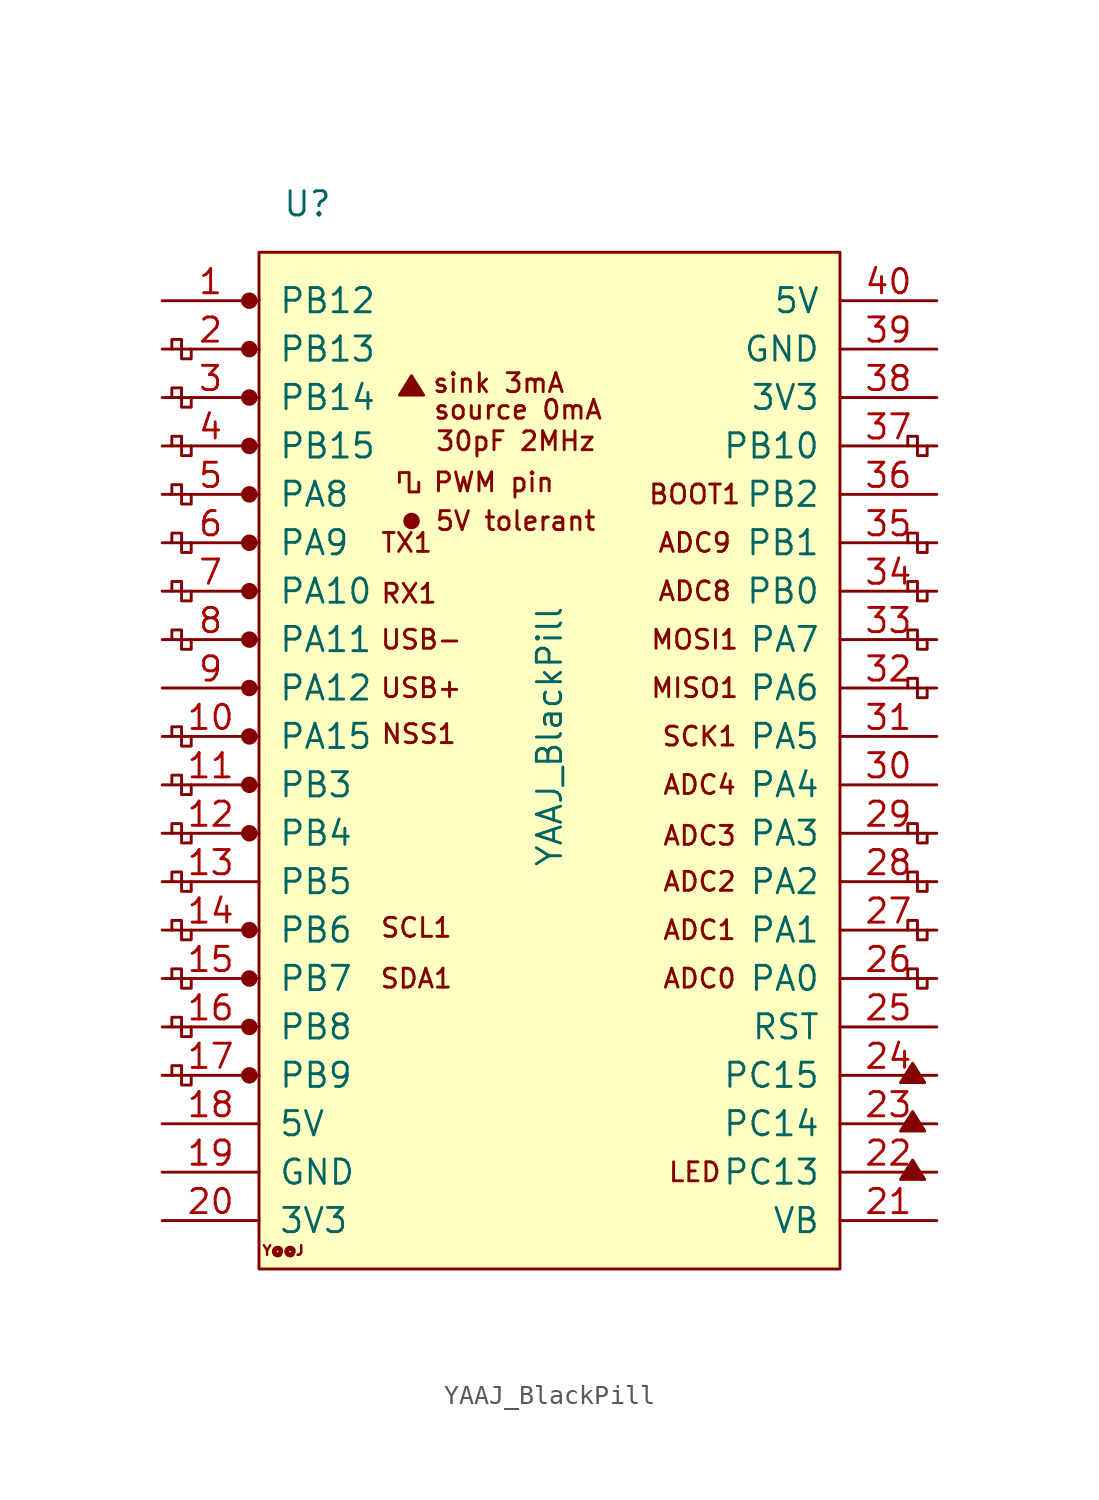
<source format=kicad_sym>
(kicad_symbol_lib
  (version 20241209)
  (generator "kicad_symbol_editor")
  (generator_version "9.0")
  (symbol "YAAJ_BlackPill"
    (pin_names
      (offset 1.016))
    (property "Reference" "U"
      (at -12.7 22.86 0)
      (effects (font (size 1.27 1.27))))
    (property "Value" "YAAJ_BlackPill"
      (at 0 -5.08 90)
      (effects (font (size 1.27 1.27))))
    (symbol "YAAJ_BlackPill_0_0"
      (circle (center -15.748 17.78) (radius 0.356) (stroke (width 0) (type solid)) (fill (type outline)))
      (circle (center -15.748 12.7) (radius 0.356) (stroke (width 0) (type solid)) (fill (type outline)))
      (circle (center -15.748 10.16) (radius 0.356) (stroke (width 0) (type solid)) (fill (type outline)))
      (circle (center -15.748 7.62) (radius 0.356) (stroke (width 0) (type solid)) (fill (type outline)))
      (circle (center -15.748 5.08) (radius 0.356) (stroke (width 0) (type solid)) (fill (type outline)))
      (circle (center -15.748 2.54) (radius 0.356) (stroke (width 0) (type solid)) (fill (type outline)))
      (circle (center -15.748 0) (radius 0.356) (stroke (width 0) (type solid)) (fill (type outline)))
      (circle (center -15.748 -2.54) (radius 0.356) (stroke (width 0) (type solid)) (fill (type outline)))
      (circle (center -15.748 -5.08) (radius 0.356) (stroke (width 0) (type solid)) (fill (type outline)))
      (circle (center -15.748 -7.62) (radius 0.356) (stroke (width 0) (type solid)) (fill (type outline)))
      (circle (center -15.748 -10.16) (radius 0.356) (stroke (width 0) (type solid)) (fill (type outline)))
      (circle (center -15.748 -15.24) (radius 0.356) (stroke (width 0) (type solid)) (fill (type outline)))
      (circle (center -15.748 -17.78) (radius 0.356) (stroke (width 0) (type solid)) (fill (type outline)))
      (circle (center -15.748 -20.32) (radius 0.356) (stroke (width 0) (type solid)) (fill (type outline)))
      (circle (center -15.748 -22.86) (radius 0.356) (stroke (width 0) (type solid)) (fill (type outline)))
      (polyline (pts (xy -7.874 12.827) (xy -7.239 13.843) (xy -6.604 12.827) (xy -7.874 12.827) (xy -7.239 13.716) (xy -6.731 12.827) (xy -7.747 12.954) (xy -7.239 13.589) (xy -6.858 12.827) (xy -7.62 13.081) (xy -7.112 13.462) (xy -6.985 12.827) (xy -7.493 13.208) (xy -6.985 13.335) (xy -7.112 12.954) (xy -7.366 13.208) (xy -7.112 13.081) (xy -7.239 13.335)) (stroke (width 0) (type solid)) (fill (type none)))
      (circle (center -7.239 6.223) (radius 0.127) (stroke (width 0) (type solid)) (fill (type outline)))
      (circle (center -7.239 6.223) (radius 0.254) (stroke (width 0) (type solid)) (fill (type none)))
      (circle (center -7.239 6.223) (radius 0.356) (stroke (width 0) (type solid)) (fill (type none)))
      (polyline (pts (xy 18.415 -23.241) (xy 19.05 -22.225) (xy 19.685 -23.241) (xy 18.415 -23.241) (xy 19.05 -22.352) (xy 19.558 -23.241) (xy 18.542 -23.114) (xy 19.05 -22.479) (xy 19.431 -23.241) (xy 18.669 -22.987) (xy 19.177 -22.606) (xy 19.304 -23.241) (xy 18.796 -22.86) (xy 19.304 -22.733) (xy 19.177 -23.114) (xy 18.923 -22.86) (xy 19.177 -22.987) (xy 19.05 -22.733)) (stroke (width 0) (type solid)) (fill (type none)))
      (polyline (pts (xy 18.415 -25.781) (xy 19.05 -24.765) (xy 19.685 -25.781) (xy 18.415 -25.781) (xy 19.05 -24.892) (xy 19.558 -25.781) (xy 18.542 -25.654) (xy 19.05 -25.019) (xy 19.431 -25.781) (xy 18.669 -25.527) (xy 19.177 -25.146) (xy 19.304 -25.781) (xy 18.796 -25.4) (xy 19.304 -25.273) (xy 19.177 -25.654) (xy 18.923 -25.4) (xy 19.177 -25.527) (xy 19.05 -25.273)) (stroke (width 0) (type solid)) (fill (type none)))
      (polyline (pts (xy 18.415 -28.321) (xy 19.05 -27.305) (xy 19.685 -28.321) (xy 18.415 -28.321) (xy 19.05 -27.432) (xy 19.558 -28.321) (xy 18.542 -28.194) (xy 19.05 -27.559) (xy 19.431 -28.321) (xy 18.669 -28.067) (xy 19.177 -27.686) (xy 19.304 -28.321) (xy 18.796 -27.94) (xy 19.304 -27.813) (xy 19.177 -28.194) (xy 18.923 -27.94) (xy 19.177 -28.067) (xy 19.05 -27.813)) (stroke (width 0) (type solid)) (fill (type none)))
      (text "TX1" (at -7.493 5.08 0) (effects (font (size 0.991 0.991))))
      (text "RX1" (at -7.366 2.413 0) (effects (font (size 0.991 0.991))))
      (text "SCL1" (at -6.985 -15.113 0) (effects (font (size 0.991 0.991))))
      (text "SDA1" (at -6.985 -17.78 0) (effects (font (size 0.991 0.991))))
      (text "NSS1" (at -6.858 -4.953 0) (effects (font (size 0.991 0.991))))
      (text "USB-" (at -6.731 0 0) (effects (font (size 0.991 0.991))))
      (text "USB+" (at -6.731 -2.54 0) (effects (font (size 0.991 0.991))))
      (text "PWM pin" (at -2.921 8.255 0) (effects (font (size 0.991 0.991))))
      (text "sink 3mA" (at -2.667 13.462 0) (effects (font (size 0.991 0.991))))
      (text "30pF 2MHz" (at -1.778 10.414 0) (effects (font (size 0.991 0.991))))
      (text "5V tolerant" (at -1.778 6.223 0) (effects (font (size 0.991 0.991))))
      (text "source 0mA" (at -1.651 12.065 0) (effects (font (size 0.991 0.991))))
      (text "ADC9" (at 7.62 5.08 0) (effects (font (size 0.991 0.991))))
      (text "ADC8" (at 7.62 2.54 0) (effects (font (size 0.991 0.991))))
      (text "MOSI1" (at 7.62 0 0) (effects (font (size 0.991 0.991))))
      (text "MISO1" (at 7.62 -2.54 0) (effects (font (size 0.991 0.991))))
      (text "LED" (at 7.62 -27.94 0) (effects (font (size 0.991 0.991))))
      (text "SCK1" (at 7.874 -5.08 0) (effects (font (size 0.991 0.991))))
      (text "ADC4" (at 7.874 -7.62 0) (effects (font (size 0.991 0.991))))
      (text "ADC3" (at 7.874 -10.287 0) (effects (font (size 0.991 0.991))))
      (text "ADC2" (at 7.874 -12.7 0) (effects (font (size 0.991 0.991))))
      (text "ADC1" (at 7.874 -15.24 0) (effects (font (size 0.991 0.991))))
      (text "ADC0" (at 7.874 -17.78 0) (effects (font (size 0.991 0.991)))))
    (symbol "YAAJ_BlackPill_0_1"
      (polyline (pts (xy -19.812 15.24) (xy -19.812 15.748) (xy -19.304 15.748) (xy -19.304 14.732) (xy -18.796 14.732) (xy -18.796 15.24)) (stroke (width 0) (type solid)) (fill (type none)))
      (polyline (pts (xy -19.812 12.7) (xy -19.812 13.208) (xy -19.304 13.208) (xy -19.304 12.192) (xy -18.796 12.192) (xy -18.796 12.7)) (stroke (width 0) (type solid)) (fill (type none)))
      (polyline (pts (xy -19.812 10.16) (xy -19.812 10.668) (xy -19.304 10.668) (xy -19.304 9.652) (xy -18.796 9.652) (xy -18.796 10.16)) (stroke (width 0) (type solid)) (fill (type none)))
      (polyline (pts (xy -19.812 7.62) (xy -19.812 8.128) (xy -19.304 8.128) (xy -19.304 7.112) (xy -18.796 7.112) (xy -18.796 7.62)) (stroke (width 0) (type solid)) (fill (type none)))
      (polyline (pts (xy -19.812 5.08) (xy -19.812 5.588) (xy -19.304 5.588) (xy -19.304 4.572) (xy -18.796 4.572) (xy -18.796 5.08)) (stroke (width 0) (type solid)) (fill (type none)))
      (polyline (pts (xy -19.812 2.54) (xy -19.812 3.048) (xy -19.304 3.048) (xy -19.304 2.032) (xy -18.796 2.032) (xy -18.796 2.54)) (stroke (width 0) (type solid)) (fill (type none)))
      (polyline (pts (xy -19.812 0) (xy -19.812 0.508) (xy -19.304 0.508) (xy -19.304 -0.508) (xy -18.796 -0.508) (xy -18.796 0)) (stroke (width 0) (type solid)) (fill (type none)))
      (polyline (pts (xy -19.812 -5.08) (xy -19.812 -4.572) (xy -19.304 -4.572) (xy -19.304 -5.588) (xy -18.796 -5.588) (xy -18.796 -5.08)) (stroke (width 0) (type solid)) (fill (type none)))
      (polyline (pts (xy -19.812 -7.62) (xy -19.812 -7.112) (xy -19.304 -7.112) (xy -19.304 -8.128) (xy -18.796 -8.128) (xy -18.796 -7.62)) (stroke (width 0) (type solid)) (fill (type none)))
      (polyline (pts (xy -19.812 -10.16) (xy -19.812 -9.652) (xy -19.304 -9.652) (xy -19.304 -10.668) (xy -18.796 -10.668) (xy -18.796 -10.16)) (stroke (width 0) (type solid)) (fill (type none)))
      (polyline (pts (xy -19.812 -12.7) (xy -19.812 -12.192) (xy -19.304 -12.192) (xy -19.304 -13.208) (xy -18.796 -13.208) (xy -18.796 -12.7)) (stroke (width 0) (type solid)) (fill (type none)))
      (polyline (pts (xy -19.812 -15.24) (xy -19.812 -14.732) (xy -19.304 -14.732) (xy -19.304 -15.748) (xy -18.796 -15.748) (xy -18.796 -15.24)) (stroke (width 0) (type solid)) (fill (type none)))
      (polyline (pts (xy -18.796 -17.78) (xy -18.796 -18.288) (xy -19.304 -18.288) (xy -19.304 -17.272) (xy -19.812 -17.272) (xy -19.812 -17.78)) (stroke (width 0) (type solid)) (fill (type none)))
      (polyline (pts (xy -18.796 -20.32) (xy -18.796 -20.828) (xy -19.304 -20.828) (xy -19.304 -19.812) (xy -19.812 -19.812) (xy -19.812 -20.32)) (stroke (width 0) (type solid)) (fill (type none)))
      (polyline (pts (xy -18.796 -22.86) (xy -18.796 -23.368) (xy -19.304 -23.368) (xy -19.304 -22.352) (xy -19.812 -22.352) (xy -19.812 -22.86)) (stroke (width 0) (type solid)) (fill (type none)))
      (rectangle (start -15.24 20.32) (end 15.24 -33.02) (stroke (width 0) (type solid)) (fill (type background)))
      (polyline (pts (xy -6.858 8.255) (xy -6.858 7.747) (xy -7.366 7.747) (xy -7.366 8.763) (xy -7.874 8.763) (xy -7.874 8.255)) (stroke (width 0) (type solid)) (fill (type none)))
      (polyline (pts (xy 19.812 10.16) (xy 19.812 9.652) (xy 19.304 9.652) (xy 19.304 10.668) (xy 18.796 10.668) (xy 18.796 10.16)) (stroke (width 0) (type solid)) (fill (type none)))
      (polyline (pts (xy 19.812 5.08) (xy 19.812 4.572) (xy 19.304 4.572) (xy 19.304 5.588) (xy 18.796 5.588) (xy 18.796 5.08)) (stroke (width 0) (type solid)) (fill (type none)))
      (polyline (pts (xy 19.812 2.54) (xy 19.812 2.032) (xy 19.304 2.032) (xy 19.304 3.048) (xy 18.796 3.048) (xy 18.796 2.54)) (stroke (width 0) (type solid)) (fill (type none)))
      (polyline (pts (xy 19.812 0) (xy 19.812 -0.508) (xy 19.304 -0.508) (xy 19.304 0.508) (xy 18.796 0.508) (xy 18.796 0)) (stroke (width 0) (type solid)) (fill (type none)))
      (polyline (pts (xy 19.812 -2.54) (xy 19.812 -3.048) (xy 19.304 -3.048) (xy 19.304 -2.032) (xy 18.796 -2.032) (xy 18.796 -2.54)) (stroke (width 0) (type solid)) (fill (type none)))
      (polyline (pts (xy 19.812 -10.16) (xy 19.812 -10.668) (xy 19.304 -10.668) (xy 19.304 -9.652) (xy 18.796 -9.652) (xy 18.796 -10.16)) (stroke (width 0) (type solid)) (fill (type none)))
      (polyline (pts (xy 19.812 -12.7) (xy 19.812 -13.208) (xy 19.304 -13.208) (xy 19.304 -12.192) (xy 18.796 -12.192) (xy 18.796 -12.7)) (stroke (width 0) (type solid)) (fill (type none)))
      (polyline (pts (xy 19.812 -15.24) (xy 19.812 -15.748) (xy 19.304 -15.748) (xy 19.304 -14.732) (xy 18.796 -14.732) (xy 18.796 -15.24)) (stroke (width 0) (type solid)) (fill (type none)))
      (polyline (pts (xy 19.812 -17.78) (xy 19.812 -18.288) (xy 19.304 -18.288) (xy 19.304 -17.272) (xy 18.796 -17.272) (xy 18.796 -17.78)) (stroke (width 0) (type solid)) (fill (type none))))
    (symbol "YAAJ_BlackPill_1_0"
      (text "Y@@J" (at -13.97 -31.75 0) (effects (font (size 0.508 0.508)) (justify top)))
      (text "BOOT1" (at 7.62 7.62 0) (effects (font (size 0.991 0.991)))))
    (symbol "YAAJ_BlackPill_1_1"
      (circle (center -15.748 15.24) (radius 0.356) (stroke (width 0) (type solid)) (fill (type outline)))
      (pin bidirectional line (at -20.32 17.78 0) (length 5.08) (name "PB12" (effects (font (size 1.27 1.27)))) (number "1" (effects (font (size 1.27 1.27)))))
      (pin bidirectional line (at -20.32 15.24 0) (length 5.08) (name "PB13" (effects (font (size 1.27 1.27)))) (number "2" (effects (font (size 1.27 1.27)))))
      (pin bidirectional line (at -20.32 12.7 0) (length 5.08) (name "PB14" (effects (font (size 1.27 1.27)))) (number "3" (effects (font (size 1.27 1.27)))))
      (pin bidirectional line (at -20.32 10.16 0) (length 5.08) (name "PB15" (effects (font (size 1.27 1.27)))) (number "4" (effects (font (size 1.27 1.27)))))
      (pin bidirectional line (at -20.32 7.62 0) (length 5.08) (name "PA8" (effects (font (size 1.27 1.27)))) (number "5" (effects (font (size 1.27 1.27)))))
      (pin bidirectional line (at -20.32 5.08 0) (length 5.08) (name "PA9" (effects (font (size 1.27 1.27)))) (number "6" (effects (font (size 1.27 1.27)))))
      (pin bidirectional line (at -20.32 2.54 0) (length 5.08) (name "PA10" (effects (font (size 1.27 1.27)))) (number "7" (effects (font (size 1.27 1.27)))))
      (pin bidirectional line (at -20.32 0 0) (length 5.08) (name "PA11" (effects (font (size 1.27 1.27)))) (number "8" (effects (font (size 1.27 1.27)))))
      (pin bidirectional line (at -20.32 -2.54 0) (length 5.08) (name "PA12" (effects (font (size 1.27 1.27)))) (number "9" (effects (font (size 1.27 1.27)))))
      (pin bidirectional line (at -20.32 -5.08 0) (length 5.08) (name "PA15" (effects (font (size 1.27 1.27)))) (number "10" (effects (font (size 1.27 1.27)))))
      (pin bidirectional line (at -20.32 -7.62 0) (length 5.08) (name "PB3" (effects (font (size 1.27 1.27)))) (number "11" (effects (font (size 1.27 1.27)))))
      (pin bidirectional line (at -20.32 -10.16 0) (length 5.08) (name "PB4" (effects (font (size 1.27 1.27)))) (number "12" (effects (font (size 1.27 1.27)))))
      (pin bidirectional line (at -20.32 -12.7 0) (length 5.08) (name "PB5" (effects (font (size 1.27 1.27)))) (number "13" (effects (font (size 1.27 1.27)))))
      (pin bidirectional line (at -20.32 -15.24 0) (length 5.08) (name "PB6" (effects (font (size 1.27 1.27)))) (number "14" (effects (font (size 1.27 1.27)))))
      (pin bidirectional line (at -20.32 -17.78 0) (length 5.08) (name "PB7" (effects (font (size 1.27 1.27)))) (number "15" (effects (font (size 1.27 1.27)))))
      (pin bidirectional line (at -20.32 -20.32 0) (length 5.08) (name "PB8" (effects (font (size 1.27 1.27)))) (number "16" (effects (font (size 1.27 1.27)))))
      (pin bidirectional line (at -20.32 -22.86 0) (length 5.08) (name "PB9" (effects (font (size 1.27 1.27)))) (number "17" (effects (font (size 1.27 1.27)))))
      (pin power_in line (at -20.32 -25.4 0) (length 5.08) (name "5V" (effects (font (size 1.27 1.27)))) (number "18" (effects (font (size 1.27 1.27)))))
      (pin power_in line (at -20.32 -27.94 0) (length 5.08) (name "GND" (effects (font (size 1.27 1.27)))) (number "19" (effects (font (size 1.27 1.27)))))
      (pin power_in line (at -20.32 -30.48 0) (length 5.08) (name "3V3" (effects (font (size 1.27 1.27)))) (number "20" (effects (font (size 1.27 1.27)))))
      (pin power_in line (at 20.32 17.78 180) (length 5.08) (name "5V" (effects (font (size 1.27 1.27)))) (number "40" (effects (font (size 1.27 1.27)))))
      (pin power_in line (at 20.32 15.24 180) (length 5.08) (name "GND" (effects (font (size 1.27 1.27)))) (number "39" (effects (font (size 1.27 1.27)))))
      (pin power_in line (at 20.32 12.7 180) (length 5.08) (name "3V3" (effects (font (size 1.27 1.27)))) (number "38" (effects (font (size 1.27 1.27)))))
      (pin bidirectional line (at 20.32 10.16 180) (length 5.08) (name "PB10" (effects (font (size 1.27 1.27)))) (number "37" (effects (font (size 1.27 1.27)))))
      (pin bidirectional line (at 20.32 7.62 180) (length 5.08) (name "PB2" (effects (font (size 1.27 1.27)))) (number "36" (effects (font (size 1.27 1.27)))))
      (pin bidirectional line (at 20.32 5.08 180) (length 5.08) (name "PB1" (effects (font (size 1.27 1.27)))) (number "35" (effects (font (size 1.27 1.27)))))
      (pin bidirectional line (at 20.32 2.54 180) (length 5.08) (name "PB0" (effects (font (size 1.27 1.27)))) (number "34" (effects (font (size 1.27 1.27)))))
      (pin bidirectional line (at 20.32 0 180) (length 5.08) (name "PA7" (effects (font (size 1.27 1.27)))) (number "33" (effects (font (size 1.27 1.27)))))
      (pin bidirectional line (at 20.32 -2.54 180) (length 5.08) (name "PA6" (effects (font (size 1.27 1.27)))) (number "32" (effects (font (size 1.27 1.27)))))
      (pin bidirectional line (at 20.32 -5.08 180) (length 5.08) (name "PA5" (effects (font (size 1.27 1.27)))) (number "31" (effects (font (size 1.27 1.27)))))
      (pin bidirectional line (at 20.32 -7.62 180) (length 5.08) (name "PA4" (effects (font (size 1.27 1.27)))) (number "30" (effects (font (size 1.27 1.27)))))
      (pin bidirectional line (at 20.32 -10.16 180) (length 5.08) (name "PA3" (effects (font (size 1.27 1.27)))) (number "29" (effects (font (size 1.27 1.27)))))
      (pin bidirectional line (at 20.32 -12.7 180) (length 5.08) (name "PA2" (effects (font (size 1.27 1.27)))) (number "28" (effects (font (size 1.27 1.27)))))
      (pin bidirectional line (at 20.32 -15.24 180) (length 5.08) (name "PA1" (effects (font (size 1.27 1.27)))) (number "27" (effects (font (size 1.27 1.27)))))
      (pin bidirectional line (at 20.32 -17.78 180) (length 5.08) (name "PA0" (effects (font (size 1.27 1.27)))) (number "26" (effects (font (size 1.27 1.27)))))
      (pin input line (at 20.32 -20.32 180) (length 5.08) (name "RST" (effects (font (size 1.27 1.27)))) (number "25" (effects (font (size 1.27 1.27)))))
      (pin bidirectional line (at 20.32 -22.86 180) (length 5.08) (name "PC15" (effects (font (size 1.27 1.27)))) (number "24" (effects (font (size 1.27 1.27)))))
      (pin bidirectional line (at 20.32 -25.4 180) (length 5.08) (name "PC14" (effects (font (size 1.27 1.27)))) (number "23" (effects (font (size 1.27 1.27)))))
      (pin bidirectional line (at 20.32 -27.94 180) (length 5.08) (name "PC13" (effects (font (size 1.27 1.27)))) (number "22" (effects (font (size 1.27 1.27)))))
      (pin power_in line (at 20.32 -30.48 180) (length 5.08) (name "VB" (effects (font (size 1.27 1.27)))) (number "21" (effects (font (size 1.27 1.27))))))))
</source>
